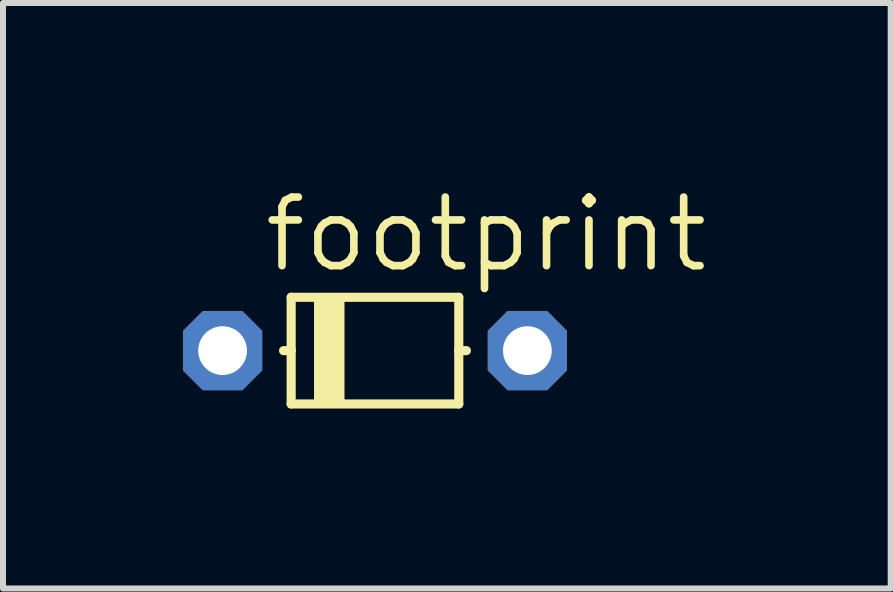
<source format=kicad_pcb>
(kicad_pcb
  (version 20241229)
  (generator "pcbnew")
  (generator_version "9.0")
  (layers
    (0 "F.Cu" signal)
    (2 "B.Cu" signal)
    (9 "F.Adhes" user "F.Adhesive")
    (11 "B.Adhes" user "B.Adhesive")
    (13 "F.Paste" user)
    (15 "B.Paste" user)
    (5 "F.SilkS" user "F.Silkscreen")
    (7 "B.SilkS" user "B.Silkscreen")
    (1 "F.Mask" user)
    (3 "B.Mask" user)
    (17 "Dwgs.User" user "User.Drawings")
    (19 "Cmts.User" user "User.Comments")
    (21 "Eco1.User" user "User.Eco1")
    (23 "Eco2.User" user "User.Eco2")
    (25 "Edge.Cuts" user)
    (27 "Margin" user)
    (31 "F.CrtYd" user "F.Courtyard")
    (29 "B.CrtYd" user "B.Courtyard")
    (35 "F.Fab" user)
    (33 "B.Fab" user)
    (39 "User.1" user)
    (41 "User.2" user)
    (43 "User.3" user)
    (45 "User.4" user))
  (footprint "footprint"
    (layer "F.Cu")
    (at 3.2 2.794)
    (property "Reference" "footprint" (at -1.905 -1.27 0) (layer "F.SilkS") (effects (font (size 1.143 1.143) (thickness 0.127)) (justify left bottom)))
    (fp_line (start -1.397 -0.889) (end -1.397 0) (stroke (width 0.152) (type solid)) (layer "F.SilkS"))
    (fp_line (start -1.397 0) (end -1.524 0) (stroke (width 0.152) (type solid)) (layer "F.SilkS"))
    (fp_line (start -1.397 0) (end -1.397 0.889) (stroke (width 0.152) (type solid)) (layer "F.SilkS"))
    (fp_line (start -1.397 0.889) (end 1.397 0.889) (stroke (width 0.152) (type solid)) (layer "F.SilkS"))
    (fp_line (start 1.397 -0.889) (end -1.397 -0.889) (stroke (width 0.152) (type solid)) (layer "F.SilkS"))
    (fp_line (start 1.397 0) (end 1.397 -0.889) (stroke (width 0.152) (type solid)) (layer "F.SilkS"))
    (fp_line (start 1.397 0.889) (end 1.397 0) (stroke (width 0.152) (type solid)) (layer "F.SilkS"))
    (fp_line (start 1.524 0) (end 1.397 0) (stroke (width 0.152) (type solid)) (layer "F.SilkS"))
    (fp_poly (pts (xy -1.016 0.889) (xy -0.508 0.889) (xy -0.508 -0.889) (xy -1.016 -0.889)) (stroke (width 0) (type solid)) (fill yes) (layer "F.SilkS"))
    (pad "A" thru_hole roundrect (at 2.54 0) (size 1.321 1.321) (drill 0.813) (layers "*.Cu" "*.Mask") (roundrect_rratio 0.25) (chamfer_ratio 0.25) (chamfer top_left top_right bottom_left bottom_right))
    (pad "C" thru_hole roundrect (at -2.54 0) (size 1.321 1.321) (drill 0.813) (layers "*.Cu" "*.Mask") (roundrect_rratio 0.25) (chamfer_ratio 0.25) (chamfer top_left top_right bottom_left bottom_right)))
  (gr_rect
    (start -3 -3)
    (end 11.796 6.759)
    (stroke (width 0.1) (type default))
    (fill no)
    (layer "Edge.Cuts")))
</source>
